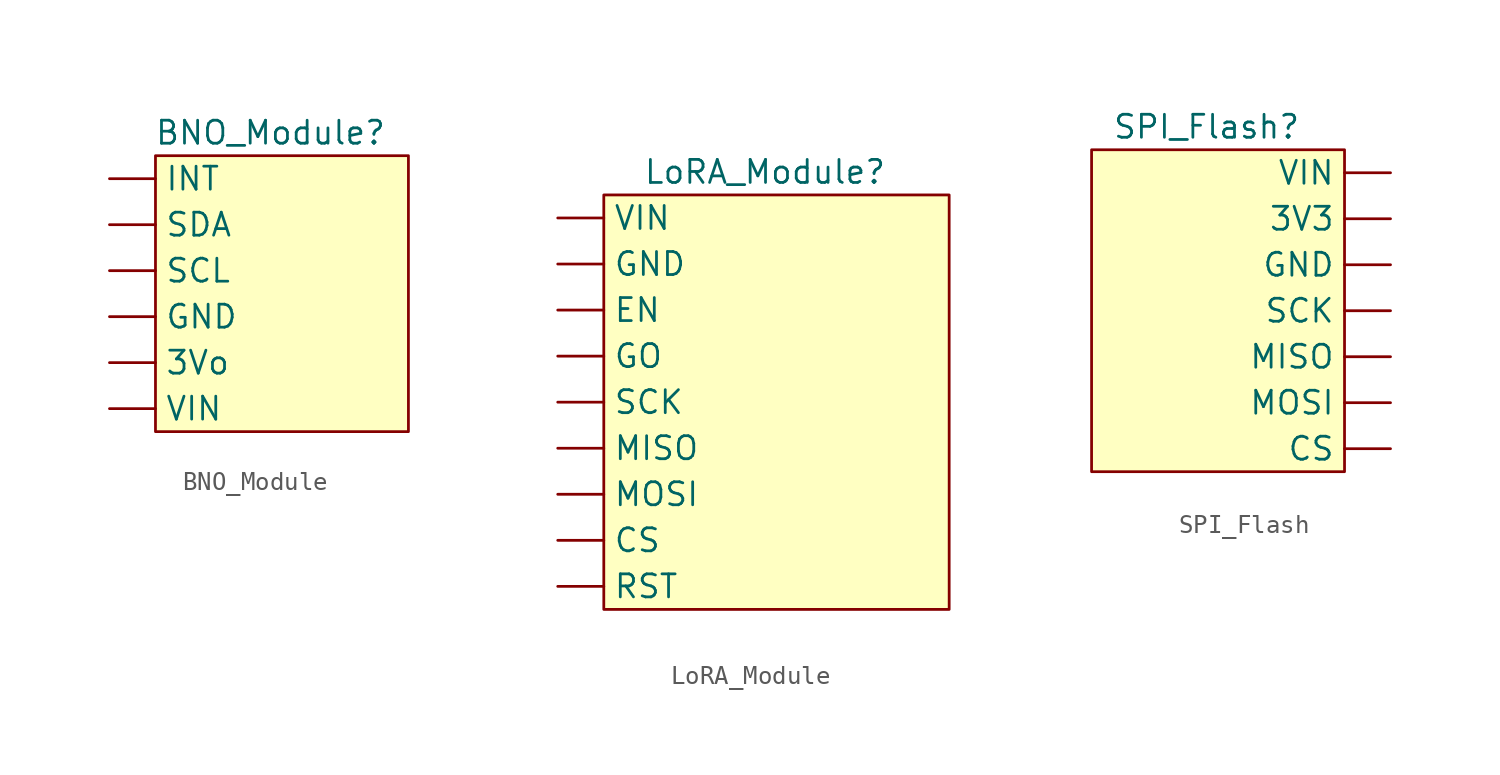
<source format=kicad_sym>
(kicad_symbol_lib
  (version 20220914)
  (generator kicad_symbol_editor)
  (symbol "BNO_Module"
    (property "Reference" "BNO_Module"
      (at 2.54 -1.27 0)
      (effects (font (size 1.27 1.27))))
    (property "Value" ""
      (at 0 0 0)
      (effects (font (size 1.27 1.27))))
    (symbol "BNO_Module_1_1"
      (rectangle (start -3.81 -2.54) (end 10.16 -17.78) (stroke (width 0) (type default)) (fill (type background)))
      (pin input line (at -6.35 -13.97 0) (length 2.54) (name "3Vo" (effects (font (size 1.27 1.27)))) (number "" (effects (font (size 1.27 1.27)))))
      (pin input line (at -6.35 -11.43 0) (length 2.54) (name "GND" (effects (font (size 1.27 1.27)))) (number "" (effects (font (size 1.27 1.27)))))
      (pin input line (at -6.35 -3.81 0) (length 2.54) (name "INT" (effects (font (size 1.27 1.27)))) (number "" (effects (font (size 1.27 1.27)))))
      (pin input line (at -6.35 -8.89 0) (length 2.54) (name "SCL" (effects (font (size 1.27 1.27)))) (number "" (effects (font (size 1.27 1.27)))))
      (pin input line (at -6.35 -6.35 0) (length 2.54) (name "SDA" (effects (font (size 1.27 1.27)))) (number "" (effects (font (size 1.27 1.27)))))
      (pin input line (at -6.35 -16.51 0) (length 2.54) (name "VIN" (effects (font (size 1.27 1.27)))) (number "" (effects (font (size 1.27 1.27)))))))
  (symbol "LoRA_Module"
    (property "Reference" "LoRA_Module"
      (at 2.54 -2.54 0)
      (effects (font (size 1.27 1.27))))
    (property "Value" ""
      (at 0 0 0)
      (effects (font (size 1.27 1.27))))
    (symbol "LoRA_Module_1_1"
      (rectangle (start -6.35 -3.81) (end 12.7 -26.67) (stroke (width 0) (type default)) (fill (type background)))
      (pin input line (at -8.89 -22.86 0) (length 2.54) (name "CS" (effects (font (size 1.27 1.27)))) (number "" (effects (font (size 1.27 1.27)))))
      (pin input line (at -8.89 -10.16 0) (length 2.54) (name "EN" (effects (font (size 1.27 1.27)))) (number "" (effects (font (size 1.27 1.27)))))
      (pin input line (at -8.89 -7.62 0) (length 2.54) (name "GND" (effects (font (size 1.27 1.27)))) (number "" (effects (font (size 1.27 1.27)))))
      (pin input line (at -8.89 -12.7 0) (length 2.54) (name "GO" (effects (font (size 1.27 1.27)))) (number "" (effects (font (size 1.27 1.27)))))
      (pin input line (at -8.89 -17.78 0) (length 2.54) (name "MISO" (effects (font (size 1.27 1.27)))) (number "" (effects (font (size 1.27 1.27)))))
      (pin input line (at -8.89 -20.32 0) (length 2.54) (name "MOSI" (effects (font (size 1.27 1.27)))) (number "" (effects (font (size 1.27 1.27)))))
      (pin input line (at -8.89 -25.4 0) (length 2.54) (name "RST" (effects (font (size 1.27 1.27)))) (number "" (effects (font (size 1.27 1.27)))))
      (pin input line (at -8.89 -15.24 0) (length 2.54) (name "SCK" (effects (font (size 1.27 1.27)))) (number "" (effects (font (size 1.27 1.27)))))
      (pin input line (at -8.89 -5.08 0) (length 2.54) (name "VIN" (effects (font (size 1.27 1.27)))) (number "" (effects (font (size 1.27 1.27)))))))
  (symbol "SPI_Flash"
    (property "Reference" "SPI_Flash"
      (at 5.08 0 0)
      (effects (font (size 1.27 1.27))))
    (property "Value" ""
      (at 0 0 0)
      (effects (font (size 1.27 1.27))))
    (symbol "SPI_Flash_1_1"
      (rectangle (start -1.27 -1.27) (end 12.7 -19.05) (stroke (width 0) (type default)) (fill (type background)))
      (pin input line (at 15.24 -5.08 180) (length 2.54) (name "3V3" (effects (font (size 1.27 1.27)))) (number "" (effects (font (size 1.27 1.27)))))
      (pin input line (at 15.24 -17.78 180) (length 2.54) (name "CS" (effects (font (size 1.27 1.27)))) (number "" (effects (font (size 1.27 1.27)))))
      (pin input line (at 15.24 -7.62 180) (length 2.54) (name "GND" (effects (font (size 1.27 1.27)))) (number "" (effects (font (size 1.27 1.27)))))
      (pin input line (at 15.24 -12.7 180) (length 2.54) (name "MISO" (effects (font (size 1.27 1.27)))) (number "" (effects (font (size 1.27 1.27)))))
      (pin input line (at 15.24 -15.24 180) (length 2.54) (name "MOSI" (effects (font (size 1.27 1.27)))) (number "" (effects (font (size 1.27 1.27)))))
      (pin input line (at 15.24 -10.16 180) (length 2.54) (name "SCK" (effects (font (size 1.27 1.27)))) (number "" (effects (font (size 1.27 1.27)))))
      (pin input line (at 15.24 -2.54 180) (length 2.54) (name "VIN" (effects (font (size 1.27 1.27)))) (number "" (effects (font (size 1.27 1.27))))))))
</source>
